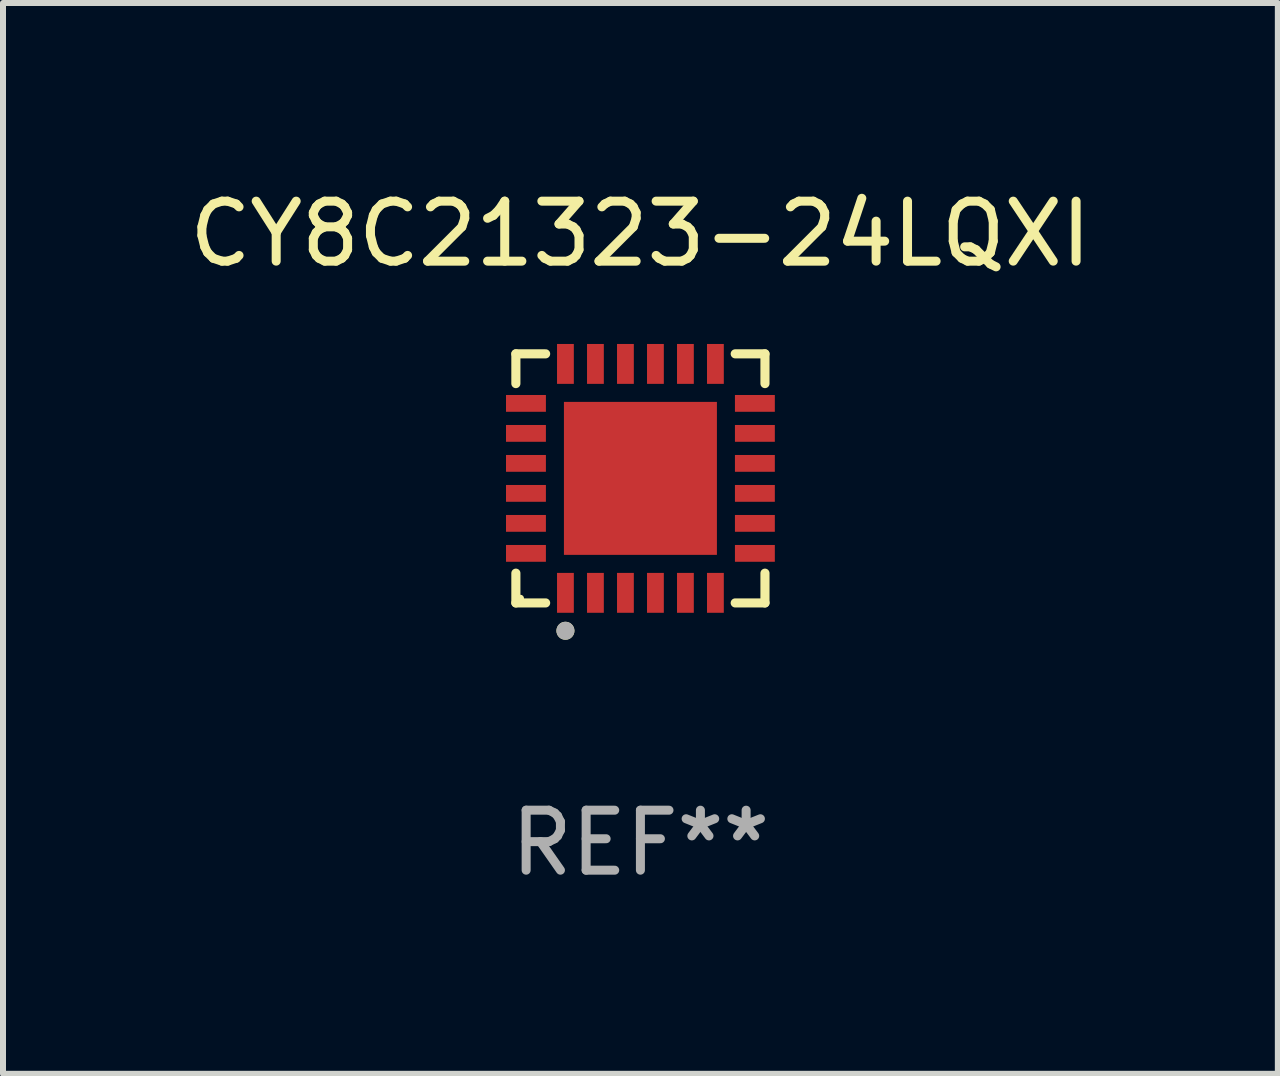
<source format=kicad_pcb>
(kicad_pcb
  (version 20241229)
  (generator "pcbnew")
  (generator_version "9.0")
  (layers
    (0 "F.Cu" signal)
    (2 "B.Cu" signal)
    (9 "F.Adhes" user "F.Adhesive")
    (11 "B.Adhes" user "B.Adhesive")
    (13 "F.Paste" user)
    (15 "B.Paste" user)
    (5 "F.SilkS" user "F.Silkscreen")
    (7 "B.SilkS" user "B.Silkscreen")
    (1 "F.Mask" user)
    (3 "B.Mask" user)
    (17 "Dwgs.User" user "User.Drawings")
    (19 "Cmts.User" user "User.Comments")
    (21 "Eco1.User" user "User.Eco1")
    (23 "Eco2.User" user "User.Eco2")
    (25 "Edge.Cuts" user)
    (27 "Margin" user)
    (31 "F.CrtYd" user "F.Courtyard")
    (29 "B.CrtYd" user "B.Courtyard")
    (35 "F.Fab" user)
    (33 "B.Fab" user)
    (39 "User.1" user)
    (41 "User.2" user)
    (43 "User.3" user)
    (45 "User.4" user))
  (footprint "CY8C21323-24LQXI"
    (layer "F.Cu")
    (at 7.625 4.924)
    (property "Reference" "CY8C21323-24LQXI" (at 0 -4.076 0) (layer "F.SilkS") (effects (font (size 1 1) (thickness 0.15))))
    (attr through_hole)
    (fp_line (start -2.076 -2.076) (end -1.58 -2.076) (stroke (width 0.152) (type solid)) (layer "F.SilkS"))
    (fp_line (start -2.076 -1.58) (end -2.076 -2.076) (stroke (width 0.152) (type solid)) (layer "F.SilkS"))
    (fp_line (start -2.076 1.58) (end -2.076 2.076) (stroke (width 0.152) (type solid)) (layer "F.SilkS"))
    (fp_line (start -2.076 2.076) (end -1.58 2.076) (stroke (width 0.152) (type solid)) (layer "F.SilkS"))
    (fp_line (start 2.076 -2.076) (end 1.58 -2.076) (stroke (width 0.152) (type solid)) (layer "F.SilkS"))
    (fp_line (start 2.076 -1.58) (end 2.076 -2.076) (stroke (width 0.152) (type solid)) (layer "F.SilkS"))
    (fp_line (start 2.076 1.58) (end 2.076 2.076) (stroke (width 0.152) (type solid)) (layer "F.SilkS"))
    (fp_line (start 2.076 2.076) (end 1.58 2.076) (stroke (width 0.152) (type solid)) (layer "F.SilkS"))
    (fp_circle (center -2 2) (end -1.97 2) (stroke (width 0.06) (type solid)) (fill no) (layer "F.SilkS"))
    (fp_circle (center -1.25 2.54) (end -1.175 2.54) (stroke (width 0.15) (type solid)) (fill no) (layer "F.SilkS"))
    (fp_circle (center -1.25 2.54) (end -1.175 2.54) (stroke (width 0.15) (type solid)) (fill no) (layer "F.Fab"))
    (fp_text user "REF**" (at 0 6.076 0) (layer "F.Fab") (effects (font (size 1 1) (thickness 0.15))))
    (pad "1" smd rect (at -1.25 1.908) (size 0.28 0.665) (layers "F.Cu" "F.Mask" "F.Paste"))
    (pad "2" smd rect (at -0.75 1.908) (size 0.28 0.665) (layers "F.Cu" "F.Mask" "F.Paste"))
    (pad "3" smd rect (at -0.25 1.908) (size 0.28 0.665) (layers "F.Cu" "F.Mask" "F.Paste"))
    (pad "4" smd rect (at 0.25 1.908) (size 0.28 0.665) (layers "F.Cu" "F.Mask" "F.Paste"))
    (pad "5" smd rect (at 0.75 1.908) (size 0.28 0.665) (layers "F.Cu" "F.Mask" "F.Paste"))
    (pad "6" smd rect (at 1.25 1.908) (size 0.28 0.665) (layers "F.Cu" "F.Mask" "F.Paste"))
    (pad "7" smd rect (at 1.908 1.25) (size 0.665 0.28) (layers "F.Cu" "F.Mask" "F.Paste"))
    (pad "8" smd rect (at 1.908 0.75) (size 0.665 0.28) (layers "F.Cu" "F.Mask" "F.Paste"))
    (pad "9" smd rect (at 1.908 0.25) (size 0.665 0.28) (layers "F.Cu" "F.Mask" "F.Paste"))
    (pad "10" smd rect (at 1.908 -0.25) (size 0.665 0.28) (layers "F.Cu" "F.Mask" "F.Paste"))
    (pad "11" smd rect (at 1.908 -0.75) (size 0.665 0.28) (layers "F.Cu" "F.Mask" "F.Paste"))
    (pad "12" smd rect (at 1.908 -1.25) (size 0.665 0.28) (layers "F.Cu" "F.Mask" "F.Paste"))
    (pad "13" smd rect (at 1.25 -1.908) (size 0.28 0.665) (layers "F.Cu" "F.Mask" "F.Paste"))
    (pad "14" smd rect (at 0.75 -1.908) (size 0.28 0.665) (layers "F.Cu" "F.Mask" "F.Paste"))
    (pad "15" smd rect (at 0.25 -1.908) (size 0.28 0.665) (layers "F.Cu" "F.Mask" "F.Paste"))
    (pad "16" smd rect (at -0.25 -1.908) (size 0.28 0.665) (layers "F.Cu" "F.Mask" "F.Paste"))
    (pad "17" smd rect (at -0.75 -1.908) (size 0.28 0.665) (layers "F.Cu" "F.Mask" "F.Paste"))
    (pad "18" smd rect (at -1.25 -1.908) (size 0.28 0.665) (layers "F.Cu" "F.Mask" "F.Paste"))
    (pad "19" smd rect (at -1.908 -1.25) (size 0.665 0.28) (layers "F.Cu" "F.Mask" "F.Paste"))
    (pad "20" smd rect (at -1.908 -0.75) (size 0.665 0.28) (layers "F.Cu" "F.Mask" "F.Paste"))
    (pad "21" smd rect (at -1.908 -0.25) (size 0.665 0.28) (layers "F.Cu" "F.Mask" "F.Paste"))
    (pad "22" smd rect (at -1.908 0.25) (size 0.665 0.28) (layers "F.Cu" "F.Mask" "F.Paste"))
    (pad "23" smd rect (at -1.908 0.75) (size 0.665 0.28) (layers "F.Cu" "F.Mask" "F.Paste"))
    (pad "24" smd rect (at -1.908 1.25) (size 0.665 0.28) (layers "F.Cu" "F.Mask" "F.Paste"))
    (pad "25" smd rect (at 0 0) (size 2.55 2.55) (layers "F.Cu" "F.Mask" "F.Paste")))
  (gr_rect
    (start -3 -3)
    (end 18.25 14.849)
    (stroke (width 0.1) (type default))
    (fill no)
    (layer "Edge.Cuts")))
</source>
